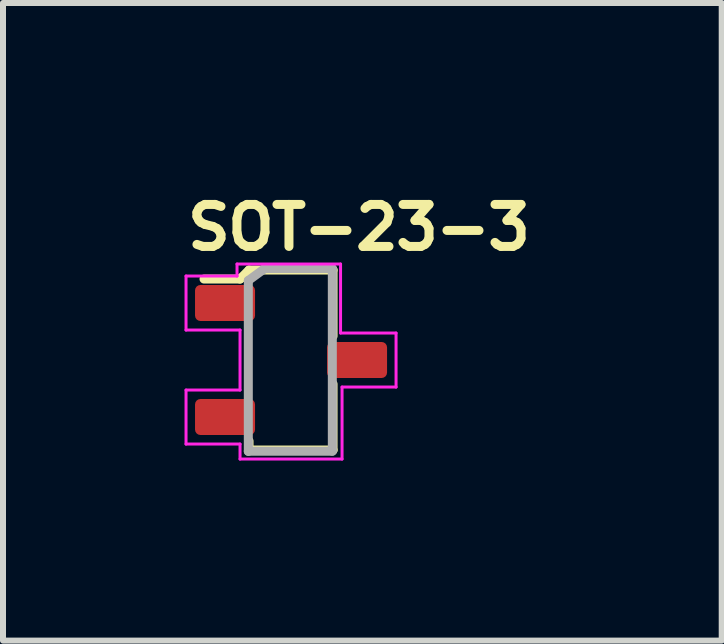
<source format=kicad_pcb>
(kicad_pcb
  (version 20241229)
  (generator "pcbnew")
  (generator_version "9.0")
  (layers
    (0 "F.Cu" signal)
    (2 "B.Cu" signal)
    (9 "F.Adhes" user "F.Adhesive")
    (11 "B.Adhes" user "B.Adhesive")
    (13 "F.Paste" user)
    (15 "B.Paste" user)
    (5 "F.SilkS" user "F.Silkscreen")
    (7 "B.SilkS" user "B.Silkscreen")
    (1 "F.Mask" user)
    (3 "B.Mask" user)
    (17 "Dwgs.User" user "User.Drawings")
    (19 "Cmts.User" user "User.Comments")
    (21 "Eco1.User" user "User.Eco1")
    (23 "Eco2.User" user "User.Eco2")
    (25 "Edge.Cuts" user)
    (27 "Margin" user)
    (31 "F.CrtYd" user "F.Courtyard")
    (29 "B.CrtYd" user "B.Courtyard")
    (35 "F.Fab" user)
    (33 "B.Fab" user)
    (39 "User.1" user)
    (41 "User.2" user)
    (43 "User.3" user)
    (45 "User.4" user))
  (footprint "SOT-23-3"
    (layer "F.Cu")
    (at 1.8 2.95)
    (property "Reference" "SOT-23-3" (at -1.8 -1.8 0) (layer "F.SilkS") (effects (font (size 0.7 0.7) (thickness 0.15)) (justify left bottom)))
    (attr smd)
    (fp_line (start -1.45 -1.35) (end -0.85 -1.35) (stroke (width 0.15) (type solid)) (layer "F.SilkS"))
    (fp_line (start -0.85 -1.35) (end -0.7 -1.5) (stroke (width 0.15) (type solid)) (layer "F.SilkS"))
    (fp_line (start -0.7 1.5) (end -0.7 1.35) (stroke (width 0.15) (type solid)) (layer "F.SilkS"))
    (fp_line (start 0.7 -1.5) (end -0.7 -1.5) (stroke (width 0.15) (type solid)) (layer "F.SilkS"))
    (fp_line (start 0.7 -0.4) (end 0.7 -1.5) (stroke (width 0.15) (type solid)) (layer "F.SilkS"))
    (fp_line (start 0.7 0.4) (end 0.7 1.5) (stroke (width 0.15) (type solid)) (layer "F.SilkS"))
    (fp_line (start 0.7 1.5) (end -0.7 1.5) (stroke (width 0.15) (type solid)) (layer "F.SilkS"))
    (fp_line (start -1.75 -0.5) (end -1.75 -1.4) (stroke (width 0.05) (type solid)) (layer "F.CrtYd"))
    (fp_line (start -1.75 0.5) (end -0.85 0.5) (stroke (width 0.05) (type solid)) (layer "F.CrtYd"))
    (fp_line (start -1.75 1.4) (end -1.75 0.5) (stroke (width 0.05) (type solid)) (layer "F.CrtYd"))
    (fp_line (start -0.9 -1.6) (end -0.9 -1.4) (stroke (width 0.05) (type solid)) (layer "F.CrtYd"))
    (fp_line (start -0.9 -1.6) (end 0.825 -1.6) (stroke (width 0.05) (type solid)) (layer "F.CrtYd"))
    (fp_line (start -0.9 -1.4) (end -1.75 -1.4) (stroke (width 0.05) (type solid)) (layer "F.CrtYd"))
    (fp_line (start -0.85 -0.5) (end -1.75 -0.5) (stroke (width 0.05) (type solid)) (layer "F.CrtYd"))
    (fp_line (start -0.85 0.5) (end -0.85 -0.5) (stroke (width 0.05) (type solid)) (layer "F.CrtYd"))
    (fp_line (start -0.85 1.4) (end -1.75 1.4) (stroke (width 0.05) (type solid)) (layer "F.CrtYd"))
    (fp_line (start -0.85 1.65) (end -0.85 1.4) (stroke (width 0.05) (type solid)) (layer "F.CrtYd"))
    (fp_line (start 0.825 -1.6) (end 0.825 -0.45) (stroke (width 0.05) (type solid)) (layer "F.CrtYd"))
    (fp_line (start 0.825 -0.45) (end 1.75 -0.45) (stroke (width 0.05) (type solid)) (layer "F.CrtYd"))
    (fp_line (start 0.85 0.45) (end 0.85 1.65) (stroke (width 0.05) (type solid)) (layer "F.CrtYd"))
    (fp_line (start 0.85 1.65) (end -0.85 1.65) (stroke (width 0.05) (type solid)) (layer "F.CrtYd"))
    (fp_line (start 1.75 -0.45) (end 1.75 0.45) (stroke (width 0.05) (type solid)) (layer "F.CrtYd"))
    (fp_line (start 1.75 0.45) (end 0.85 0.45) (stroke (width 0.05) (type solid)) (layer "F.CrtYd"))
    (fp_line (start -0.712 -1.325) (end -0.712 1.523) (stroke (width 0.15) (type solid)) (layer "F.Fab"))
    (fp_line (start -0.712 1.519) (end 0.688 1.519) (stroke (width 0.15) (type solid)) (layer "F.Fab"))
    (fp_line (start -0.437 -1.526) (end -0.712 -1.325) (stroke (width 0.15) (type solid)) (layer "F.Fab"))
    (fp_line (start -0.437 -1.526) (end 0.688 -1.526) (stroke (width 0.15) (type solid)) (layer "F.Fab"))
    (fp_line (start 0.688 1.519) (end 0.688 -1.52) (stroke (width 0.15) (type solid)) (layer "F.Fab"))
    (fp_rect (start -1.24 -1.46) (end 1.237 1.459) (stroke (width 0.1) (type solid)) (fill no) (layer "User.5"))
    (fp_line (start -1.237 -1.175) (end -1.237 -0.729) (stroke (width 0.02) (type solid)) (layer "User.9"))
    (fp_line (start -1.237 1.176) (end -1.237 0.731) (stroke (width 0.02) (type solid)) (layer "User.9"))
    (fp_line (start -0.959 -1.175) (end -1.237 -1.175) (stroke (width 0.02) (type solid)) (layer "User.9"))
    (fp_line (start -0.959 -1.175) (end -0.927 -1.175) (stroke (width 0.02) (type solid)) (layer "User.9"))
    (fp_line (start -0.959 -0.729) (end -1.237 -0.729) (stroke (width 0.02) (type solid)) (layer "User.9"))
    (fp_line (start -0.959 -0.729) (end -0.927 -0.729) (stroke (width 0.02) (type solid)) (layer "User.9"))
    (fp_line (start -0.959 0.731) (end -1.237 0.731) (stroke (width 0.02) (type solid)) (layer "User.9"))
    (fp_line (start -0.959 0.731) (end -0.927 0.731) (stroke (width 0.02) (type solid)) (layer "User.9"))
    (fp_line (start -0.959 1.176) (end -1.237 1.176) (stroke (width 0.02) (type solid)) (layer "User.9"))
    (fp_line (start -0.959 1.176) (end -0.927 1.176) (stroke (width 0.02) (type solid)) (layer "User.9"))
    (fp_line (start -0.927 -1.175) (end -0.85 -1.175) (stroke (width 0.02) (type solid)) (layer "User.9"))
    (fp_line (start -0.927 -0.729) (end -0.85 -0.729) (stroke (width 0.02) (type solid)) (layer "User.9"))
    (fp_line (start -0.927 0.731) (end -0.85 0.731) (stroke (width 0.02) (type solid)) (layer "User.9"))
    (fp_line (start -0.927 1.176) (end -0.85 1.176) (stroke (width 0.02) (type solid)) (layer "User.9"))
    (fp_line (start -0.85 -1.175) (end -0.699 -1.175) (stroke (width 0.02) (type solid)) (layer "User.9"))
    (fp_line (start -0.85 -0.729) (end -0.699 -0.729) (stroke (width 0.02) (type solid)) (layer "User.9"))
    (fp_line (start -0.85 0.731) (end -0.699 0.731) (stroke (width 0.02) (type solid)) (layer "User.9"))
    (fp_line (start -0.85 1.176) (end -0.699 1.176) (stroke (width 0.02) (type solid)) (layer "User.9"))
    (fp_line (start -0.699 -1.175) (end -0.633 -1.175) (stroke (width 0.02) (type solid)) (layer "User.9"))
    (fp_line (start -0.699 -0.729) (end -0.633 -0.729) (stroke (width 0.02) (type solid)) (layer "User.9"))
    (fp_line (start -0.699 0.731) (end -0.633 0.731) (stroke (width 0.02) (type solid)) (layer "User.9"))
    (fp_line (start -0.699 1.176) (end -0.633 1.176) (stroke (width 0.02) (type solid)) (layer "User.9"))
    (fp_line (start -0.637 -1.447) (end -0.637 -1.175) (stroke (width 0.02) (type solid)) (layer "User.9"))
    (fp_line (start -0.637 -1.447) (end -0.636 -1.447) (stroke (width 0.02) (type solid)) (layer "User.9"))
    (fp_line (start -0.637 -0.729) (end -0.637 0.731) (stroke (width 0.02) (type solid)) (layer "User.9"))
    (fp_line (start -0.637 1.176) (end -0.637 1.448) (stroke (width 0.02) (type solid)) (layer "User.9"))
    (fp_line (start -0.636 -1.451) (end -0.636 -1.451) (stroke (width 0.02) (type solid)) (layer "User.9"))
    (fp_line (start -0.636 -1.451) (end -0.635 -1.451) (stroke (width 0.02) (type solid)) (layer "User.9"))
    (fp_line (start -0.636 -1.449) (end -0.636 -1.451) (stroke (width 0.02) (type solid)) (layer "User.9"))
    (fp_line (start -0.636 -1.449) (end -0.636 -1.449) (stroke (width 0.02) (type solid)) (layer "User.9"))
    (fp_line (start -0.636 -1.447) (end -0.636 -1.449) (stroke (width 0.02) (type solid)) (layer "User.9"))
    (fp_line (start -0.636 1.45) (end -0.637 1.448) (stroke (width 0.02) (type solid)) (layer "User.9"))
    (fp_line (start -0.636 1.452) (end -0.636 1.45) (stroke (width 0.02) (type solid)) (layer "User.9"))
    (fp_line (start -0.636 1.452) (end -0.636 1.452) (stroke (width 0.02) (type solid)) (layer "User.9"))
    (fp_line (start -0.636 1.452) (end -0.636 1.452) (stroke (width 0.02) (type solid)) (layer "User.9"))
    (fp_line (start -0.636 1.452) (end -0.636 1.452) (stroke (width 0.02) (type solid)) (layer "User.9"))
    (fp_line (start -0.635 -1.453) (end -0.635 -1.453) (stroke (width 0.02) (type solid)) (layer "User.9"))
    (fp_line (start -0.635 -1.453) (end -0.635 -1.453) (stroke (width 0.02) (type solid)) (layer "User.9"))
    (fp_line (start -0.635 -1.453) (end -0.634 -1.453) (stroke (width 0.02) (type solid)) (layer "User.9"))
    (fp_line (start -0.635 -1.451) (end -0.635 -1.453) (stroke (width 0.02) (type solid)) (layer "User.9"))
    (fp_line (start -0.635 1.454) (end -0.636 1.452) (stroke (width 0.02) (type solid)) (layer "User.9"))
    (fp_line (start -0.635 1.454) (end -0.635 1.454) (stroke (width 0.02) (type solid)) (layer "User.9"))
    (fp_line (start -0.635 1.454) (end -0.635 1.454) (stroke (width 0.02) (type solid)) (layer "User.9"))
    (fp_line (start -0.635 1.456) (end -0.635 1.454) (stroke (width 0.02) (type solid)) (layer "User.9"))
    (fp_line (start -0.634 -1.455) (end -0.634 -1.455) (stroke (width 0.02) (type solid)) (layer "User.9"))
    (fp_line (start -0.634 -1.455) (end -0.633 -1.455) (stroke (width 0.02) (type solid)) (layer "User.9"))
    (fp_line (start -0.634 -1.453) (end -0.634 -1.455) (stroke (width 0.02) (type solid)) (layer "User.9"))
    (fp_line (start -0.634 1.456) (end -0.635 1.456) (stroke (width 0.02) (type solid)) (layer "User.9"))
    (fp_line (start -0.634 1.456) (end -0.634 1.456) (stroke (width 0.02) (type solid)) (layer "User.9"))
    (fp_line (start -0.634 1.456) (end -0.634 1.456) (stroke (width 0.02) (type solid)) (layer "User.9"))
    (fp_line (start -0.633 -1.455) (end -0.633 -1.455) (stroke (width 0.02) (type solid)) (layer "User.9"))
    (fp_line (start -0.633 -1.455) (end -0.632 -1.455) (stroke (width 0.02) (type solid)) (layer "User.9"))
    (fp_line (start -0.633 -1.175) (end -0.633 -0.729) (stroke (width 0.02) (type solid)) (layer "User.9"))
    (fp_line (start -0.633 1.176) (end -0.633 0.731) (stroke (width 0.02) (type solid)) (layer "User.9"))
    (fp_line (start -0.633 1.456) (end -0.634 1.456) (stroke (width 0.02) (type solid)) (layer "User.9"))
    (fp_line (start -0.633 1.458) (end -0.633 1.456) (stroke (width 0.02) (type solid)) (layer "User.9"))
    (fp_line (start -0.632 -1.457) (end -0.632 -1.457) (stroke (width 0.02) (type solid)) (layer "User.9"))
    (fp_line (start -0.632 -1.457) (end -0.631 -1.457) (stroke (width 0.02) (type solid)) (layer "User.9"))
    (fp_line (start -0.632 -1.455) (end -0.632 -1.457) (stroke (width 0.02) (type solid)) (layer "User.9"))
    (fp_line (start -0.632 1.458) (end -0.633 1.458) (stroke (width 0.02) (type solid)) (layer "User.9"))
    (fp_line (start -0.632 1.458) (end -0.632 1.458) (stroke (width 0.02) (type solid)) (layer "User.9"))
    (fp_line (start -0.632 1.458) (end -0.632 1.458) (stroke (width 0.02) (type solid)) (layer "User.9"))
    (fp_line (start -0.631 -1.457) (end -0.631 -1.457) (stroke (width 0.02) (type solid)) (layer "User.9"))
    (fp_line (start -0.631 -1.457) (end -0.63 -1.457) (stroke (width 0.02) (type solid)) (layer "User.9"))
    (fp_line (start -0.631 1.458) (end -0.632 1.458) (stroke (width 0.02) (type solid)) (layer "User.9"))
    (fp_line (start -0.631 1.458) (end -0.631 1.458) (stroke (width 0.02) (type solid)) (layer "User.9"))
    (fp_line (start -0.63 -1.457) (end -0.63 -1.457) (stroke (width 0.02) (type solid)) (layer "User.9"))
    (fp_line (start -0.63 -1.457) (end -0.629 -1.457) (stroke (width 0.02) (type solid)) (layer "User.9"))
    (fp_line (start -0.63 1.46) (end -0.631 1.458) (stroke (width 0.02) (type solid)) (layer "User.9"))
    (fp_line (start -0.63 1.46) (end -0.63 1.46) (stroke (width 0.02) (type solid)) (layer "User.9"))
    (fp_line (start -0.629 -1.457) (end -0.629 -1.457) (stroke (width 0.02) (type solid)) (layer "User.9"))
    (fp_line (start -0.629 -1.457) (end -0.628 -1.459) (stroke (width 0.02) (type solid)) (layer "User.9"))
    (fp_line (start -0.629 1.46) (end -0.63 1.46) (stroke (width 0.02) (type solid)) (layer "User.9"))
    (fp_line (start -0.629 1.46) (end -0.629 1.46) (stroke (width 0.02) (type solid)) (layer "User.9"))
    (fp_line (start -0.628 -1.459) (end -0.627 -1.459) (stroke (width 0.02) (type solid)) (layer "User.9"))
    (fp_line (start -0.628 1.46) (end -0.629 1.46) (stroke (width 0.02) (type solid)) (layer "User.9"))
    (fp_line (start -0.627 -1.459) (end -0.627 -1.459) (stroke (width 0.02) (type solid)) (layer "User.9"))
    (fp_line (start -0.627 -1.459) (end -0.625 -1.459) (stroke (width 0.02) (type solid)) (layer "User.9"))
    (fp_line (start -0.627 1.46) (end -0.628 1.46) (stroke (width 0.02) (type solid)) (layer "User.9"))
    (fp_line (start -0.627 1.46) (end -0.627 1.46) (stroke (width 0.02) (type solid)) (layer "User.9"))
    (fp_line (start -0.625 -1.459) (end -0.624 -1.459) (stroke (width 0.02) (type solid)) (layer "User.9"))
    (fp_line (start -0.625 1.46) (end -0.627 1.46) (stroke (width 0.02) (type solid)) (layer "User.9"))
    (fp_line (start -0.624 1.46) (end -0.625 1.46) (stroke (width 0.02) (type solid)) (layer "User.9"))
    (fp_line (start -0.624 1.46) (end 0.651 1.46) (stroke (width 0.02) (type solid)) (layer "User.9"))
    (fp_line (start 0.651 -1.459) (end -0.624 -1.459) (stroke (width 0.02) (type solid)) (layer "User.9"))
    (fp_line (start 0.651 -1.459) (end 0.652 -1.459) (stroke (width 0.02) (type solid)) (layer "User.9"))
    (fp_line (start 0.652 -1.459) (end 0.654 -1.459) (stroke (width 0.02) (type solid)) (layer "User.9"))
    (fp_line (start 0.652 1.46) (end 0.651 1.46) (stroke (width 0.02) (type solid)) (layer "User.9"))
    (fp_line (start 0.654 -1.459) (end 0.654 -1.459) (stroke (width 0.02) (type solid)) (layer "User.9"))
    (fp_line (start 0.654 -1.459) (end 0.655 -1.459) (stroke (width 0.02) (type solid)) (layer "User.9"))
    (fp_line (start 0.654 1.46) (end 0.652 1.46) (stroke (width 0.02) (type solid)) (layer "User.9"))
    (fp_line (start 0.654 1.46) (end 0.654 1.46) (stroke (width 0.02) (type solid)) (layer "User.9"))
    (fp_line (start 0.655 -1.459) (end 0.655 -1.457) (stroke (width 0.02) (type solid)) (layer "User.9"))
    (fp_line (start 0.655 -1.457) (end 0.656 -1.457) (stroke (width 0.02) (type solid)) (layer "User.9"))
    (fp_line (start 0.655 1.46) (end 0.654 1.46) (stroke (width 0.02) (type solid)) (layer "User.9"))
    (fp_line (start 0.655 1.46) (end 0.655 1.46) (stroke (width 0.02) (type solid)) (layer "User.9"))
    (fp_line (start 0.656 -1.457) (end 0.657 -1.457) (stroke (width 0.02) (type solid)) (layer "User.9"))
    (fp_line (start 0.656 1.46) (end 0.655 1.46) (stroke (width 0.02) (type solid)) (layer "User.9"))
    (fp_line (start 0.657 -1.457) (end 0.657 -1.457) (stroke (width 0.02) (type solid)) (layer "User.9"))
    (fp_line (start 0.657 -1.457) (end 0.658 -1.457) (stroke (width 0.02) (type solid)) (layer "User.9"))
    (fp_line (start 0.657 1.46) (end 0.656 1.46) (stroke (width 0.02) (type solid)) (layer "User.9"))
    (fp_line (start 0.657 1.46) (end 0.657 1.46) (stroke (width 0.02) (type solid)) (layer "User.9"))
    (fp_line (start 0.658 -1.457) (end 0.658 -1.457) (stroke (width 0.02) (type solid)) (layer "User.9"))
    (fp_line (start 0.658 -1.457) (end 0.658 -1.457) (stroke (width 0.02) (type solid)) (layer "User.9"))
    (fp_line (start 0.658 -1.457) (end 0.659 -1.457) (stroke (width 0.02) (type solid)) (layer "User.9"))
    (fp_line (start 0.658 1.458) (end 0.657 1.46) (stroke (width 0.02) (type solid)) (layer "User.9"))
    (fp_line (start 0.658 1.458) (end 0.658 1.458) (stroke (width 0.02) (type solid)) (layer "User.9"))
    (fp_line (start 0.658 1.458) (end 0.658 1.458) (stroke (width 0.02) (type solid)) (layer "User.9"))
    (fp_line (start 0.659 -1.457) (end 0.659 -1.455) (stroke (width 0.02) (type solid)) (layer "User.9"))
    (fp_line (start 0.659 -1.455) (end 0.66 -1.455) (stroke (width 0.02) (type solid)) (layer "User.9"))
    (fp_line (start 0.659 1.458) (end 0.658 1.458) (stroke (width 0.02) (type solid)) (layer "User.9"))
    (fp_line (start 0.659 1.458) (end 0.659 1.458) (stroke (width 0.02) (type solid)) (layer "User.9"))
    (fp_line (start 0.66 -1.455) (end 0.66 -1.455) (stroke (width 0.02) (type solid)) (layer "User.9"))
    (fp_line (start 0.66 -1.455) (end 0.66 -1.455) (stroke (width 0.02) (type solid)) (layer "User.9"))
    (fp_line (start 0.66 -1.455) (end 0.661 -1.455) (stroke (width 0.02) (type solid)) (layer "User.9"))
    (fp_line (start 0.66 0.223) (end 0.66 -0.221) (stroke (width 0.02) (type solid)) (layer "User.9"))
    (fp_line (start 0.66 1.456) (end 0.66 1.456) (stroke (width 0.02) (type solid)) (layer "User.9"))
    (fp_line (start 0.66 1.456) (end 0.66 1.458) (stroke (width 0.02) (type solid)) (layer "User.9"))
    (fp_line (start 0.66 1.458) (end 0.659 1.458) (stroke (width 0.02) (type solid)) (layer "User.9"))
    (fp_line (start 0.661 -1.455) (end 0.661 -1.453) (stroke (width 0.02) (type solid)) (layer "User.9"))
    (fp_line (start 0.661 -1.453) (end 0.661 -1.453) (stroke (width 0.02) (type solid)) (layer "User.9"))
    (fp_line (start 0.661 -1.453) (end 0.662 -1.453) (stroke (width 0.02) (type solid)) (layer "User.9"))
    (fp_line (start 0.661 1.456) (end 0.66 1.456) (stroke (width 0.02) (type solid)) (layer "User.9"))
    (fp_line (start 0.661 1.456) (end 0.661 1.456) (stroke (width 0.02) (type solid)) (layer "User.9"))
    (fp_line (start 0.661 1.456) (end 0.661 1.456) (stroke (width 0.02) (type solid)) (layer "User.9"))
    (fp_line (start 0.662 -1.453) (end 0.662 -1.453) (stroke (width 0.02) (type solid)) (layer "User.9"))
    (fp_line (start 0.662 -1.453) (end 0.662 -1.451) (stroke (width 0.02) (type solid)) (layer "User.9"))
    (fp_line (start 0.662 -1.451) (end 0.662 -1.451) (stroke (width 0.02) (type solid)) (layer "User.9"))
    (fp_line (start 0.662 -1.451) (end 0.663 -1.451) (stroke (width 0.02) (type solid)) (layer "User.9"))
    (fp_line (start 0.662 1.452) (end 0.662 1.454) (stroke (width 0.02) (type solid)) (layer "User.9"))
    (fp_line (start 0.662 1.454) (end 0.661 1.456) (stroke (width 0.02) (type solid)) (layer "User.9"))
    (fp_line (start 0.662 1.454) (end 0.662 1.454) (stroke (width 0.02) (type solid)) (layer "User.9"))
    (fp_line (start 0.662 1.454) (end 0.662 1.454) (stroke (width 0.02) (type solid)) (layer "User.9"))
    (fp_line (start 0.663 -1.451) (end 0.663 -1.449) (stroke (width 0.02) (type solid)) (layer "User.9"))
    (fp_line (start 0.663 -1.449) (end 0.663 -1.449) (stroke (width 0.02) (type solid)) (layer "User.9"))
    (fp_line (start 0.663 -1.449) (end 0.663 -1.447) (stroke (width 0.02) (type solid)) (layer "User.9"))
    (fp_line (start 0.663 -1.447) (end 0.663 -1.447) (stroke (width 0.02) (type solid)) (layer "User.9"))
    (fp_line (start 0.663 -0.221) (end 0.663 -1.447) (stroke (width 0.02) (type solid)) (layer "User.9"))
    (fp_line (start 0.663 1.448) (end 0.663 0.223) (stroke (width 0.02) (type solid)) (layer "User.9"))
    (fp_line (start 0.663 1.448) (end 0.663 1.45) (stroke (width 0.02) (type solid)) (layer "User.9"))
    (fp_line (start 0.663 1.45) (end 0.663 1.452) (stroke (width 0.02) (type solid)) (layer "User.9"))
    (fp_line (start 0.663 1.452) (end 0.662 1.452) (stroke (width 0.02) (type solid)) (layer "User.9"))
    (fp_line (start 0.663 1.452) (end 0.663 1.452) (stroke (width 0.02) (type solid)) (layer "User.9"))
    (fp_line (start 0.663 1.452) (end 0.663 1.452) (stroke (width 0.02) (type solid)) (layer "User.9"))
    (fp_line (start 0.724 -0.221) (end 0.66 -0.221) (stroke (width 0.02) (type solid)) (layer "User.9"))
    (fp_line (start 0.724 0.223) (end 0.66 0.223) (stroke (width 0.02) (type solid)) (layer "User.9"))
    (fp_line (start 0.876 -0.221) (end 0.724 -0.221) (stroke (width 0.02) (type solid)) (layer "User.9"))
    (fp_line (start 0.876 0.223) (end 0.724 0.223) (stroke (width 0.02) (type solid)) (layer "User.9"))
    (fp_line (start 0.953 -0.221) (end 0.876 -0.221) (stroke (width 0.02) (type solid)) (layer "User.9"))
    (fp_line (start 0.953 0.223) (end 0.876 0.223) (stroke (width 0.02) (type solid)) (layer "User.9"))
    (fp_line (start 0.985 -0.221) (end 0.953 -0.221) (stroke (width 0.02) (type solid)) (layer "User.9"))
    (fp_line (start 0.985 -0.221) (end 1.24 -0.221) (stroke (width 0.02) (type solid)) (layer "User.9"))
    (fp_line (start 0.985 0.223) (end 0.953 0.223) (stroke (width 0.02) (type solid)) (layer "User.9"))
    (fp_line (start 0.985 0.223) (end 1.24 0.223) (stroke (width 0.02) (type solid)) (layer "User.9"))
    (fp_line (start 1.24 0.223) (end 1.24 -0.221) (stroke (width 0.02) (type solid)) (layer "User.9"))
    (pad "1" smd roundrect (at -1.1 -0.951) (size 1 0.6) (layers "F.Cu" "F.Mask" "F.Paste") (roundrect_rratio 0.15))
    (pad "2" smd roundrect (at -1.1 0.949) (size 1 0.6) (layers "F.Cu" "F.Mask" "F.Paste") (roundrect_rratio 0.15))
    (pad "3" smd roundrect (at 1.1 -0.001) (size 1 0.6) (layers "F.Cu" "F.Mask" "F.Paste") (roundrect_rratio 0.15)))
  (gr_rect
    (start -3 -3)
    (end 8.977 7.625)
    (stroke (width 0.1) (type default))
    (fill no)
    (layer "Edge.Cuts")))
</source>
